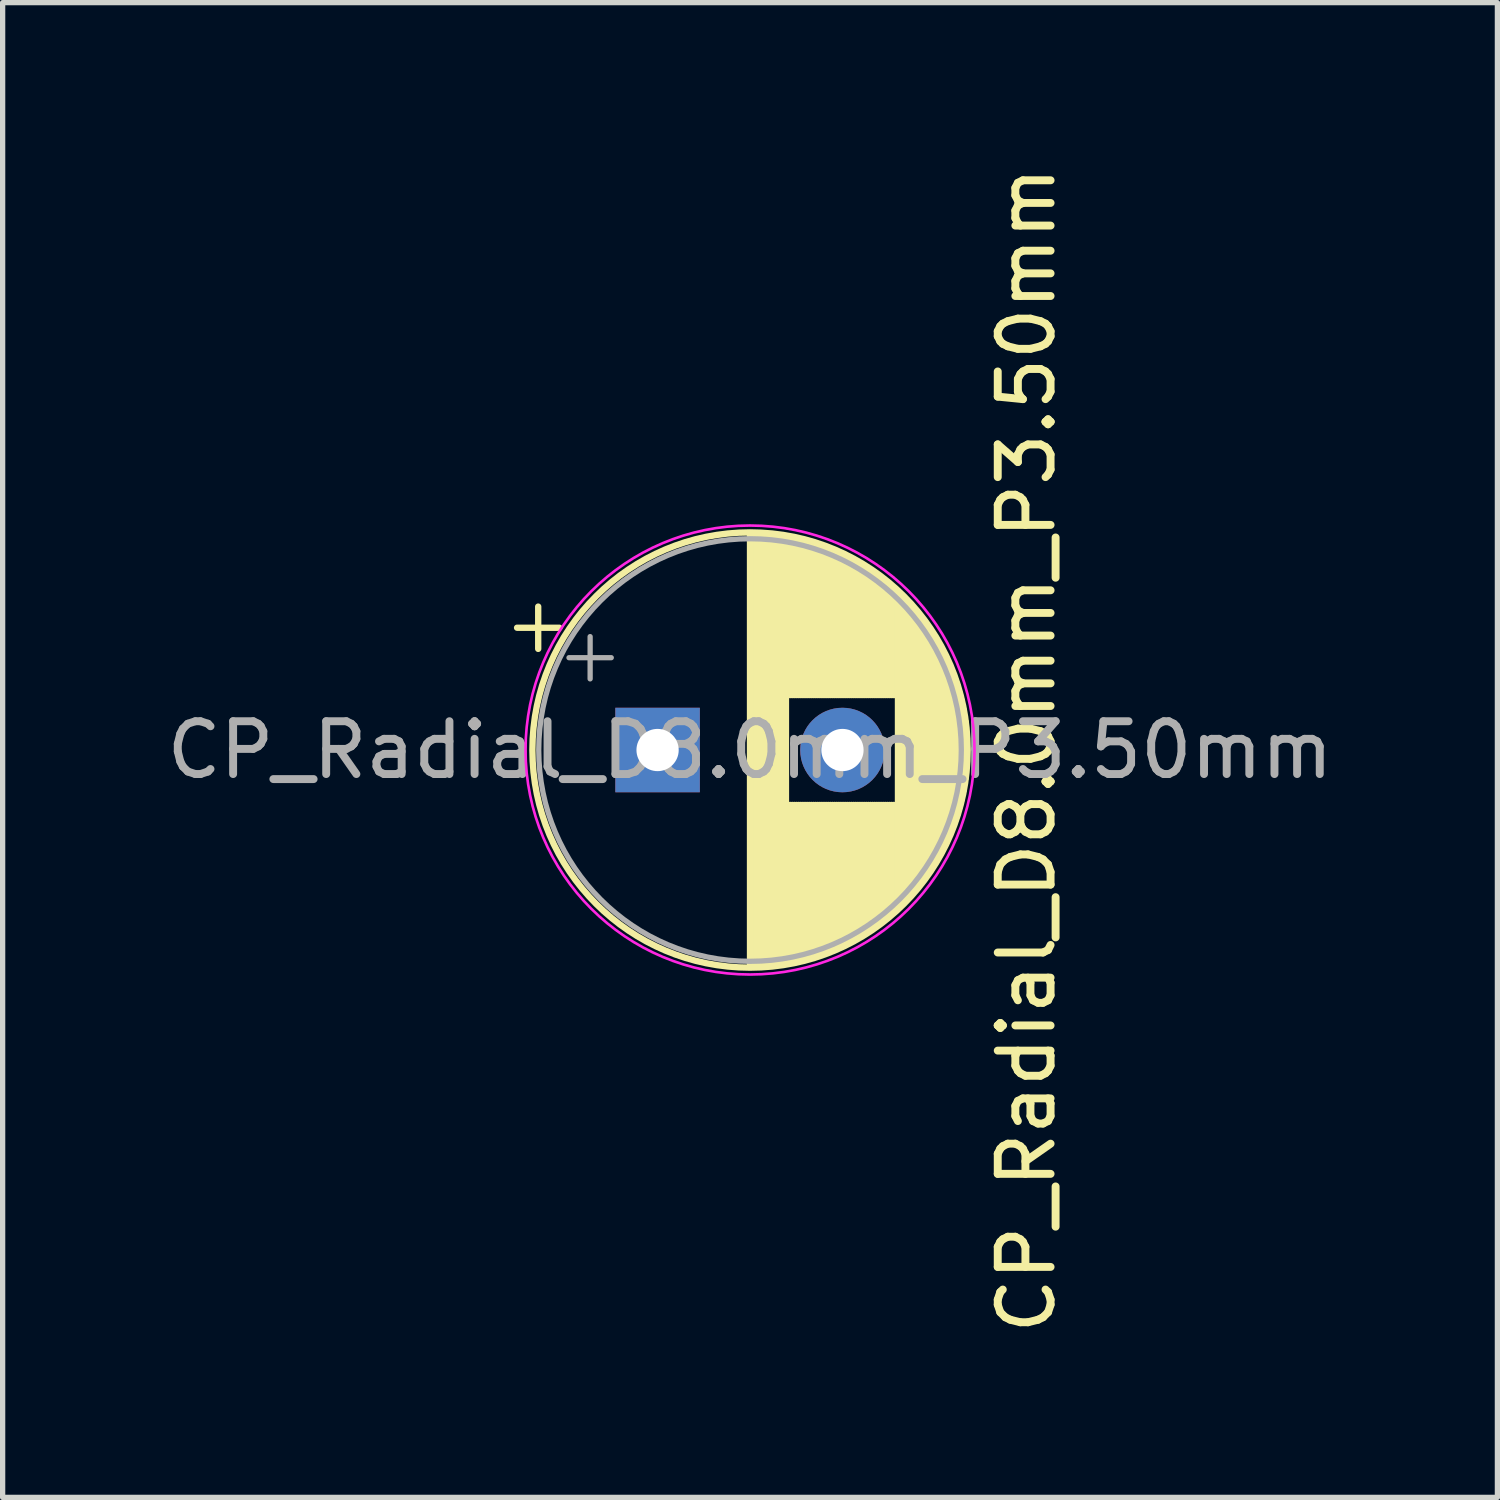
<source format=kicad_pcb>
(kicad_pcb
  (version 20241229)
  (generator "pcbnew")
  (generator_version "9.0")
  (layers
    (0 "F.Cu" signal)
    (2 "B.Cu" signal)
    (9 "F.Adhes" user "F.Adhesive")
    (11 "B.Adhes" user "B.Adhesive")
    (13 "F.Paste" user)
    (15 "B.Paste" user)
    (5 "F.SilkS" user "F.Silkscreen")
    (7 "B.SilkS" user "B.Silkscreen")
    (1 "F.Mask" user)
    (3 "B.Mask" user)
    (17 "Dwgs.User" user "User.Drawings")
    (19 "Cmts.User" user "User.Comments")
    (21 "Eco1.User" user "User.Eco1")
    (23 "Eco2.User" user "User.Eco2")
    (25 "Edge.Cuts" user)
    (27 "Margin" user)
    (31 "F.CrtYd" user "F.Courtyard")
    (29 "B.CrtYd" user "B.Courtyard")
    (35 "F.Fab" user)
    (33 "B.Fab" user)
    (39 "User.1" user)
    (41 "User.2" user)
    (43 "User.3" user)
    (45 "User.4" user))
  (footprint "CP_Radial_D8.0mm_P3.50mm"
    (layer "F.Cu")
    (at 9.399 11.149)
    (property "Reference" "CP_Radial_D8.0mm_P3.50mm" (at 6.985 0 90) (layer "F.SilkS") (effects (font (size 1 1) (thickness 0.15))))
    (attr through_hole)
    (fp_line (start -2.66 -2.315) (end -1.86 -2.315) (stroke (width 0.12) (type solid)) (layer "F.SilkS"))
    (fp_line (start -2.26 -2.715) (end -2.26 -1.915) (stroke (width 0.12) (type solid)) (layer "F.SilkS"))
    (fp_line (start 1.75 -4.08) (end 1.75 4.08) (stroke (width 0.12) (type solid)) (layer "F.SilkS"))
    (fp_line (start 1.79 -4.08) (end 1.79 4.08) (stroke (width 0.12) (type solid)) (layer "F.SilkS"))
    (fp_line (start 1.83 -4.08) (end 1.83 4.08) (stroke (width 0.12) (type solid)) (layer "F.SilkS"))
    (fp_line (start 1.87 -4.079) (end 1.87 4.079) (stroke (width 0.12) (type solid)) (layer "F.SilkS"))
    (fp_line (start 1.91 -4.077) (end 1.91 4.077) (stroke (width 0.12) (type solid)) (layer "F.SilkS"))
    (fp_line (start 1.95 -4.076) (end 1.95 4.076) (stroke (width 0.12) (type solid)) (layer "F.SilkS"))
    (fp_line (start 1.99 -4.074) (end 1.99 4.074) (stroke (width 0.12) (type solid)) (layer "F.SilkS"))
    (fp_line (start 2.03 -4.071) (end 2.03 4.071) (stroke (width 0.12) (type solid)) (layer "F.SilkS"))
    (fp_line (start 2.07 -4.068) (end 2.07 4.068) (stroke (width 0.12) (type solid)) (layer "F.SilkS"))
    (fp_line (start 2.11 -4.065) (end 2.11 4.065) (stroke (width 0.12) (type solid)) (layer "F.SilkS"))
    (fp_line (start 2.15 -4.061) (end 2.15 4.061) (stroke (width 0.12) (type solid)) (layer "F.SilkS"))
    (fp_line (start 2.19 -4.057) (end 2.19 4.057) (stroke (width 0.12) (type solid)) (layer "F.SilkS"))
    (fp_line (start 2.23 -4.052) (end 2.23 4.052) (stroke (width 0.12) (type solid)) (layer "F.SilkS"))
    (fp_line (start 2.27 -4.048) (end 2.27 4.048) (stroke (width 0.12) (type solid)) (layer "F.SilkS"))
    (fp_line (start 2.31 -4.042) (end 2.31 4.042) (stroke (width 0.12) (type solid)) (layer "F.SilkS"))
    (fp_line (start 2.35 -4.037) (end 2.35 4.037) (stroke (width 0.12) (type solid)) (layer "F.SilkS"))
    (fp_line (start 2.39 -4.03) (end 2.39 4.03) (stroke (width 0.12) (type solid)) (layer "F.SilkS"))
    (fp_line (start 2.43 -4.024) (end 2.43 4.024) (stroke (width 0.12) (type solid)) (layer "F.SilkS"))
    (fp_line (start 2.471 -4.017) (end 2.471 -1.04) (stroke (width 0.12) (type solid)) (layer "F.SilkS"))
    (fp_line (start 2.471 1.04) (end 2.471 4.017) (stroke (width 0.12) (type solid)) (layer "F.SilkS"))
    (fp_line (start 2.511 -4.01) (end 2.511 -1.04) (stroke (width 0.12) (type solid)) (layer "F.SilkS"))
    (fp_line (start 2.511 1.04) (end 2.511 4.01) (stroke (width 0.12) (type solid)) (layer "F.SilkS"))
    (fp_line (start 2.551 -4.002) (end 2.551 -1.04) (stroke (width 0.12) (type solid)) (layer "F.SilkS"))
    (fp_line (start 2.551 1.04) (end 2.551 4.002) (stroke (width 0.12) (type solid)) (layer "F.SilkS"))
    (fp_line (start 2.591 -3.994) (end 2.591 -1.04) (stroke (width 0.12) (type solid)) (layer "F.SilkS"))
    (fp_line (start 2.591 1.04) (end 2.591 3.994) (stroke (width 0.12) (type solid)) (layer "F.SilkS"))
    (fp_line (start 2.631 -3.985) (end 2.631 -1.04) (stroke (width 0.12) (type solid)) (layer "F.SilkS"))
    (fp_line (start 2.631 1.04) (end 2.631 3.985) (stroke (width 0.12) (type solid)) (layer "F.SilkS"))
    (fp_line (start 2.671 -3.976) (end 2.671 -1.04) (stroke (width 0.12) (type solid)) (layer "F.SilkS"))
    (fp_line (start 2.671 1.04) (end 2.671 3.976) (stroke (width 0.12) (type solid)) (layer "F.SilkS"))
    (fp_line (start 2.711 -3.967) (end 2.711 -1.04) (stroke (width 0.12) (type solid)) (layer "F.SilkS"))
    (fp_line (start 2.711 1.04) (end 2.711 3.967) (stroke (width 0.12) (type solid)) (layer "F.SilkS"))
    (fp_line (start 2.751 -3.957) (end 2.751 -1.04) (stroke (width 0.12) (type solid)) (layer "F.SilkS"))
    (fp_line (start 2.751 1.04) (end 2.751 3.957) (stroke (width 0.12) (type solid)) (layer "F.SilkS"))
    (fp_line (start 2.791 -3.947) (end 2.791 -1.04) (stroke (width 0.12) (type solid)) (layer "F.SilkS"))
    (fp_line (start 2.791 1.04) (end 2.791 3.947) (stroke (width 0.12) (type solid)) (layer "F.SilkS"))
    (fp_line (start 2.831 -3.936) (end 2.831 -1.04) (stroke (width 0.12) (type solid)) (layer "F.SilkS"))
    (fp_line (start 2.831 1.04) (end 2.831 3.936) (stroke (width 0.12) (type solid)) (layer "F.SilkS"))
    (fp_line (start 2.871 -3.925) (end 2.871 -1.04) (stroke (width 0.12) (type solid)) (layer "F.SilkS"))
    (fp_line (start 2.871 1.04) (end 2.871 3.925) (stroke (width 0.12) (type solid)) (layer "F.SilkS"))
    (fp_line (start 2.911 -3.914) (end 2.911 -1.04) (stroke (width 0.12) (type solid)) (layer "F.SilkS"))
    (fp_line (start 2.911 1.04) (end 2.911 3.914) (stroke (width 0.12) (type solid)) (layer "F.SilkS"))
    (fp_line (start 2.951 -3.902) (end 2.951 -1.04) (stroke (width 0.12) (type solid)) (layer "F.SilkS"))
    (fp_line (start 2.951 1.04) (end 2.951 3.902) (stroke (width 0.12) (type solid)) (layer "F.SilkS"))
    (fp_line (start 2.991 -3.889) (end 2.991 -1.04) (stroke (width 0.12) (type solid)) (layer "F.SilkS"))
    (fp_line (start 2.991 1.04) (end 2.991 3.889) (stroke (width 0.12) (type solid)) (layer "F.SilkS"))
    (fp_line (start 3.031 -3.877) (end 3.031 -1.04) (stroke (width 0.12) (type solid)) (layer "F.SilkS"))
    (fp_line (start 3.031 1.04) (end 3.031 3.877) (stroke (width 0.12) (type solid)) (layer "F.SilkS"))
    (fp_line (start 3.071 -3.863) (end 3.071 -1.04) (stroke (width 0.12) (type solid)) (layer "F.SilkS"))
    (fp_line (start 3.071 1.04) (end 3.071 3.863) (stroke (width 0.12) (type solid)) (layer "F.SilkS"))
    (fp_line (start 3.111 -3.85) (end 3.111 -1.04) (stroke (width 0.12) (type solid)) (layer "F.SilkS"))
    (fp_line (start 3.111 1.04) (end 3.111 3.85) (stroke (width 0.12) (type solid)) (layer "F.SilkS"))
    (fp_line (start 3.151 -3.835) (end 3.151 -1.04) (stroke (width 0.12) (type solid)) (layer "F.SilkS"))
    (fp_line (start 3.151 1.04) (end 3.151 3.835) (stroke (width 0.12) (type solid)) (layer "F.SilkS"))
    (fp_line (start 3.191 -3.821) (end 3.191 -1.04) (stroke (width 0.12) (type solid)) (layer "F.SilkS"))
    (fp_line (start 3.191 1.04) (end 3.191 3.821) (stroke (width 0.12) (type solid)) (layer "F.SilkS"))
    (fp_line (start 3.231 -3.805) (end 3.231 -1.04) (stroke (width 0.12) (type solid)) (layer "F.SilkS"))
    (fp_line (start 3.231 1.04) (end 3.231 3.805) (stroke (width 0.12) (type solid)) (layer "F.SilkS"))
    (fp_line (start 3.271 -3.79) (end 3.271 -1.04) (stroke (width 0.12) (type solid)) (layer "F.SilkS"))
    (fp_line (start 3.271 1.04) (end 3.271 3.79) (stroke (width 0.12) (type solid)) (layer "F.SilkS"))
    (fp_line (start 3.311 -3.774) (end 3.311 -1.04) (stroke (width 0.12) (type solid)) (layer "F.SilkS"))
    (fp_line (start 3.311 1.04) (end 3.311 3.774) (stroke (width 0.12) (type solid)) (layer "F.SilkS"))
    (fp_line (start 3.351 -3.757) (end 3.351 -1.04) (stroke (width 0.12) (type solid)) (layer "F.SilkS"))
    (fp_line (start 3.351 1.04) (end 3.351 3.757) (stroke (width 0.12) (type solid)) (layer "F.SilkS"))
    (fp_line (start 3.391 -3.74) (end 3.391 -1.04) (stroke (width 0.12) (type solid)) (layer "F.SilkS"))
    (fp_line (start 3.391 1.04) (end 3.391 3.74) (stroke (width 0.12) (type solid)) (layer "F.SilkS"))
    (fp_line (start 3.431 -3.722) (end 3.431 -1.04) (stroke (width 0.12) (type solid)) (layer "F.SilkS"))
    (fp_line (start 3.431 1.04) (end 3.431 3.722) (stroke (width 0.12) (type solid)) (layer "F.SilkS"))
    (fp_line (start 3.471 -3.704) (end 3.471 -1.04) (stroke (width 0.12) (type solid)) (layer "F.SilkS"))
    (fp_line (start 3.471 1.04) (end 3.471 3.704) (stroke (width 0.12) (type solid)) (layer "F.SilkS"))
    (fp_line (start 3.511 -3.686) (end 3.511 -1.04) (stroke (width 0.12) (type solid)) (layer "F.SilkS"))
    (fp_line (start 3.511 1.04) (end 3.511 3.686) (stroke (width 0.12) (type solid)) (layer "F.SilkS"))
    (fp_line (start 3.551 -3.666) (end 3.551 -1.04) (stroke (width 0.12) (type solid)) (layer "F.SilkS"))
    (fp_line (start 3.551 1.04) (end 3.551 3.666) (stroke (width 0.12) (type solid)) (layer "F.SilkS"))
    (fp_line (start 3.591 -3.647) (end 3.591 -1.04) (stroke (width 0.12) (type solid)) (layer "F.SilkS"))
    (fp_line (start 3.591 1.04) (end 3.591 3.647) (stroke (width 0.12) (type solid)) (layer "F.SilkS"))
    (fp_line (start 3.631 -3.627) (end 3.631 -1.04) (stroke (width 0.12) (type solid)) (layer "F.SilkS"))
    (fp_line (start 3.631 1.04) (end 3.631 3.627) (stroke (width 0.12) (type solid)) (layer "F.SilkS"))
    (fp_line (start 3.671 -3.606) (end 3.671 -1.04) (stroke (width 0.12) (type solid)) (layer "F.SilkS"))
    (fp_line (start 3.671 1.04) (end 3.671 3.606) (stroke (width 0.12) (type solid)) (layer "F.SilkS"))
    (fp_line (start 3.711 -3.584) (end 3.711 -1.04) (stroke (width 0.12) (type solid)) (layer "F.SilkS"))
    (fp_line (start 3.711 1.04) (end 3.711 3.584) (stroke (width 0.12) (type solid)) (layer "F.SilkS"))
    (fp_line (start 3.751 -3.562) (end 3.751 -1.04) (stroke (width 0.12) (type solid)) (layer "F.SilkS"))
    (fp_line (start 3.751 1.04) (end 3.751 3.562) (stroke (width 0.12) (type solid)) (layer "F.SilkS"))
    (fp_line (start 3.791 -3.54) (end 3.791 -1.04) (stroke (width 0.12) (type solid)) (layer "F.SilkS"))
    (fp_line (start 3.791 1.04) (end 3.791 3.54) (stroke (width 0.12) (type solid)) (layer "F.SilkS"))
    (fp_line (start 3.831 -3.517) (end 3.831 -1.04) (stroke (width 0.12) (type solid)) (layer "F.SilkS"))
    (fp_line (start 3.831 1.04) (end 3.831 3.517) (stroke (width 0.12) (type solid)) (layer "F.SilkS"))
    (fp_line (start 3.871 -3.493) (end 3.871 -1.04) (stroke (width 0.12) (type solid)) (layer "F.SilkS"))
    (fp_line (start 3.871 1.04) (end 3.871 3.493) (stroke (width 0.12) (type solid)) (layer "F.SilkS"))
    (fp_line (start 3.911 -3.469) (end 3.911 -1.04) (stroke (width 0.12) (type solid)) (layer "F.SilkS"))
    (fp_line (start 3.911 1.04) (end 3.911 3.469) (stroke (width 0.12) (type solid)) (layer "F.SilkS"))
    (fp_line (start 3.951 -3.444) (end 3.951 -1.04) (stroke (width 0.12) (type solid)) (layer "F.SilkS"))
    (fp_line (start 3.951 1.04) (end 3.951 3.444) (stroke (width 0.12) (type solid)) (layer "F.SilkS"))
    (fp_line (start 3.991 -3.418) (end 3.991 -1.04) (stroke (width 0.12) (type solid)) (layer "F.SilkS"))
    (fp_line (start 3.991 1.04) (end 3.991 3.418) (stroke (width 0.12) (type solid)) (layer "F.SilkS"))
    (fp_line (start 4.031 -3.392) (end 4.031 -1.04) (stroke (width 0.12) (type solid)) (layer "F.SilkS"))
    (fp_line (start 4.031 1.04) (end 4.031 3.392) (stroke (width 0.12) (type solid)) (layer "F.SilkS"))
    (fp_line (start 4.071 -3.365) (end 4.071 -1.04) (stroke (width 0.12) (type solid)) (layer "F.SilkS"))
    (fp_line (start 4.071 1.04) (end 4.071 3.365) (stroke (width 0.12) (type solid)) (layer "F.SilkS"))
    (fp_line (start 4.111 -3.338) (end 4.111 -1.04) (stroke (width 0.12) (type solid)) (layer "F.SilkS"))
    (fp_line (start 4.111 1.04) (end 4.111 3.338) (stroke (width 0.12) (type solid)) (layer "F.SilkS"))
    (fp_line (start 4.151 -3.309) (end 4.151 -1.04) (stroke (width 0.12) (type solid)) (layer "F.SilkS"))
    (fp_line (start 4.151 1.04) (end 4.151 3.309) (stroke (width 0.12) (type solid)) (layer "F.SilkS"))
    (fp_line (start 4.191 -3.28) (end 4.191 -1.04) (stroke (width 0.12) (type solid)) (layer "F.SilkS"))
    (fp_line (start 4.191 1.04) (end 4.191 3.28) (stroke (width 0.12) (type solid)) (layer "F.SilkS"))
    (fp_line (start 4.231 -3.25) (end 4.231 -1.04) (stroke (width 0.12) (type solid)) (layer "F.SilkS"))
    (fp_line (start 4.231 1.04) (end 4.231 3.25) (stroke (width 0.12) (type solid)) (layer "F.SilkS"))
    (fp_line (start 4.271 -3.22) (end 4.271 -1.04) (stroke (width 0.12) (type solid)) (layer "F.SilkS"))
    (fp_line (start 4.271 1.04) (end 4.271 3.22) (stroke (width 0.12) (type solid)) (layer "F.SilkS"))
    (fp_line (start 4.311 -3.189) (end 4.311 -1.04) (stroke (width 0.12) (type solid)) (layer "F.SilkS"))
    (fp_line (start 4.311 1.04) (end 4.311 3.189) (stroke (width 0.12) (type solid)) (layer "F.SilkS"))
    (fp_line (start 4.351 -3.156) (end 4.351 -1.04) (stroke (width 0.12) (type solid)) (layer "F.SilkS"))
    (fp_line (start 4.351 1.04) (end 4.351 3.156) (stroke (width 0.12) (type solid)) (layer "F.SilkS"))
    (fp_line (start 4.391 -3.124) (end 4.391 -1.04) (stroke (width 0.12) (type solid)) (layer "F.SilkS"))
    (fp_line (start 4.391 1.04) (end 4.391 3.124) (stroke (width 0.12) (type solid)) (layer "F.SilkS"))
    (fp_line (start 4.431 -3.09) (end 4.431 -1.04) (stroke (width 0.12) (type solid)) (layer "F.SilkS"))
    (fp_line (start 4.431 1.04) (end 4.431 3.09) (stroke (width 0.12) (type solid)) (layer "F.SilkS"))
    (fp_line (start 4.471 -3.055) (end 4.471 -1.04) (stroke (width 0.12) (type solid)) (layer "F.SilkS"))
    (fp_line (start 4.471 1.04) (end 4.471 3.055) (stroke (width 0.12) (type solid)) (layer "F.SilkS"))
    (fp_line (start 4.511 -3.019) (end 4.511 -1.04) (stroke (width 0.12) (type solid)) (layer "F.SilkS"))
    (fp_line (start 4.511 1.04) (end 4.511 3.019) (stroke (width 0.12) (type solid)) (layer "F.SilkS"))
    (fp_line (start 4.551 -2.983) (end 4.551 2.983) (stroke (width 0.12) (type solid)) (layer "F.SilkS"))
    (fp_line (start 4.591 -2.945) (end 4.591 2.945) (stroke (width 0.12) (type solid)) (layer "F.SilkS"))
    (fp_line (start 4.631 -2.907) (end 4.631 2.907) (stroke (width 0.12) (type solid)) (layer "F.SilkS"))
    (fp_line (start 4.671 -2.867) (end 4.671 2.867) (stroke (width 0.12) (type solid)) (layer "F.SilkS"))
    (fp_line (start 4.711 -2.826) (end 4.711 2.826) (stroke (width 0.12) (type solid)) (layer "F.SilkS"))
    (fp_line (start 4.751 -2.784) (end 4.751 2.784) (stroke (width 0.12) (type solid)) (layer "F.SilkS"))
    (fp_line (start 4.791 -2.741) (end 4.791 2.741) (stroke (width 0.12) (type solid)) (layer "F.SilkS"))
    (fp_line (start 4.831 -2.697) (end 4.831 2.697) (stroke (width 0.12) (type solid)) (layer "F.SilkS"))
    (fp_line (start 4.871 -2.651) (end 4.871 2.651) (stroke (width 0.12) (type solid)) (layer "F.SilkS"))
    (fp_line (start 4.911 -2.604) (end 4.911 2.604) (stroke (width 0.12) (type solid)) (layer "F.SilkS"))
    (fp_line (start 4.951 -2.556) (end 4.951 2.556) (stroke (width 0.12) (type solid)) (layer "F.SilkS"))
    (fp_line (start 4.991 -2.505) (end 4.991 2.505) (stroke (width 0.12) (type solid)) (layer "F.SilkS"))
    (fp_line (start 5.031 -2.454) (end 5.031 2.454) (stroke (width 0.12) (type solid)) (layer "F.SilkS"))
    (fp_line (start 5.071 -2.4) (end 5.071 2.4) (stroke (width 0.12) (type solid)) (layer "F.SilkS"))
    (fp_line (start 5.111 -2.345) (end 5.111 2.345) (stroke (width 0.12) (type solid)) (layer "F.SilkS"))
    (fp_line (start 5.151 -2.287) (end 5.151 2.287) (stroke (width 0.12) (type solid)) (layer "F.SilkS"))
    (fp_line (start 5.191 -2.228) (end 5.191 2.228) (stroke (width 0.12) (type solid)) (layer "F.SilkS"))
    (fp_line (start 5.231 -2.166) (end 5.231 2.166) (stroke (width 0.12) (type solid)) (layer "F.SilkS"))
    (fp_line (start 5.271 -2.102) (end 5.271 2.102) (stroke (width 0.12) (type solid)) (layer "F.SilkS"))
    (fp_line (start 5.311 -2.034) (end 5.311 2.034) (stroke (width 0.12) (type solid)) (layer "F.SilkS"))
    (fp_line (start 5.351 -1.964) (end 5.351 1.964) (stroke (width 0.12) (type solid)) (layer "F.SilkS"))
    (fp_line (start 5.391 -1.89) (end 5.391 1.89) (stroke (width 0.12) (type solid)) (layer "F.SilkS"))
    (fp_line (start 5.431 -1.813) (end 5.431 1.813) (stroke (width 0.12) (type solid)) (layer "F.SilkS"))
    (fp_line (start 5.471 -1.731) (end 5.471 1.731) (stroke (width 0.12) (type solid)) (layer "F.SilkS"))
    (fp_line (start 5.511 -1.645) (end 5.511 1.645) (stroke (width 0.12) (type solid)) (layer "F.SilkS"))
    (fp_line (start 5.551 -1.552) (end 5.551 1.552) (stroke (width 0.12) (type solid)) (layer "F.SilkS"))
    (fp_line (start 5.591 -1.453) (end 5.591 1.453) (stroke (width 0.12) (type solid)) (layer "F.SilkS"))
    (fp_line (start 5.631 -1.346) (end 5.631 1.346) (stroke (width 0.12) (type solid)) (layer "F.SilkS"))
    (fp_line (start 5.671 -1.229) (end 5.671 1.229) (stroke (width 0.12) (type solid)) (layer "F.SilkS"))
    (fp_line (start 5.711 -1.098) (end 5.711 1.098) (stroke (width 0.12) (type solid)) (layer "F.SilkS"))
    (fp_line (start 5.751 -0.948) (end 5.751 0.948) (stroke (width 0.12) (type solid)) (layer "F.SilkS"))
    (fp_line (start 5.791 -0.768) (end 5.791 0.768) (stroke (width 0.12) (type solid)) (layer "F.SilkS"))
    (fp_line (start 5.831 -0.533) (end 5.831 0.533) (stroke (width 0.12) (type solid)) (layer "F.SilkS"))
    (fp_circle (center 1.75 0) (end 5.87 0) (stroke (width 0.12) (type solid)) (fill no) (layer "F.SilkS"))
    (fp_circle (center 1.75 0) (end 6 0) (stroke (width 0.05) (type solid)) (fill no) (layer "F.CrtYd"))
    (fp_line (start -1.677 -1.748) (end -0.877 -1.748) (stroke (width 0.1) (type solid)) (layer "F.Fab"))
    (fp_line (start -1.277 -2.147) (end -1.277 -1.347) (stroke (width 0.1) (type solid)) (layer "F.Fab"))
    (fp_circle (center 1.75 0) (end 5.75 0) (stroke (width 0.1) (type solid)) (fill no) (layer "F.Fab"))
    (fp_text user "${REFERENCE}" (at 1.75 0 0) (layer "F.Fab") (effects (font (size 1 1) (thickness 0.15))))
    (pad "1" thru_hole rect (at 0 0) (size 1.6 1.6) (drill 0.8) (layers "*.Cu" "*.Mask"))
    (pad "2" thru_hole circle (at 3.5 0) (size 1.6 1.6) (drill 0.8) (layers "*.Cu" "*.Mask")))
  (gr_rect
    (start -3 -3)
    (end 25.298 25.298)
    (stroke (width 0.1) (type default))
    (fill no)
    (layer "Edge.Cuts")))
</source>
